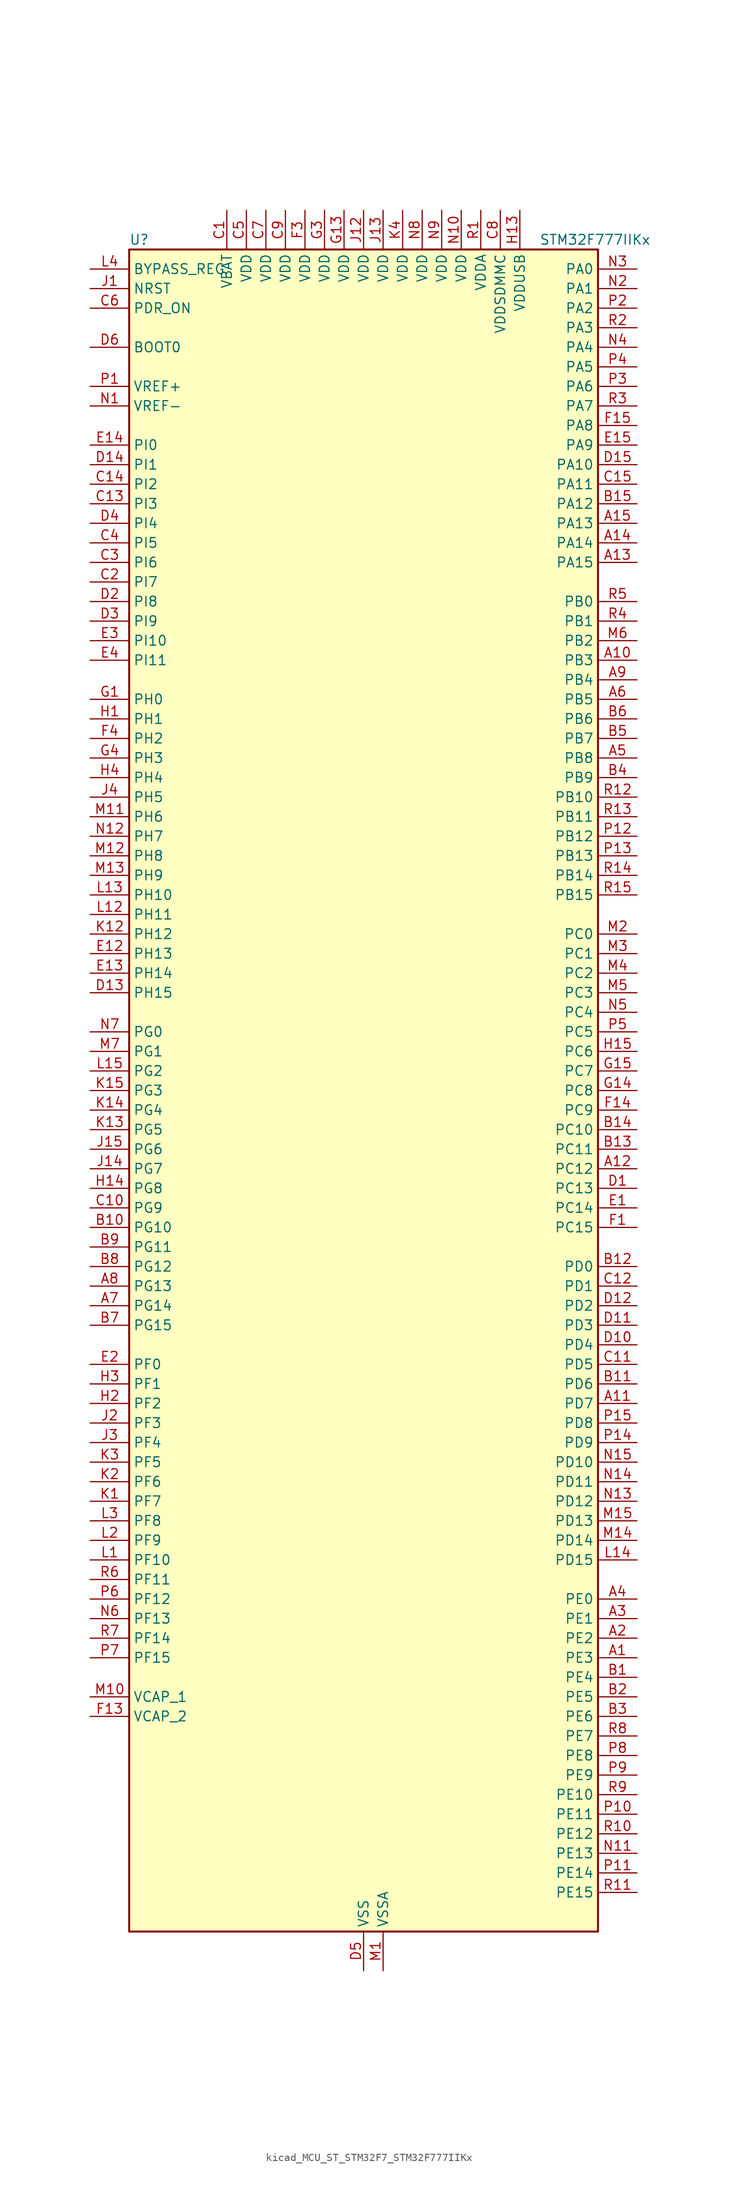
<source format=kicad_sym>
(kicad_symbol_lib
  (version 20220914)
  (generator kicad_symbol_editor)
  (symbol "kicad_MCU_ST_STM32F7_STM32F777IIKx"
    (property "Reference" "U"
      (at -30.48 110.49 0)
      (effects (font (size 1.27 1.27)) (justify left)))
    (property "Value" "STM32F777IIKx"
      (at 22.86 110.49 0)
      (effects (font (size 1.27 1.27)) (justify left)))
    (property "ki_locked" ""
      (at 0 0 0)
      (effects (font (size 1.27 1.27))))
    (symbol "kicad_MCU_ST_STM32F7_STM32F777IIKx_0_1"
      (rectangle (start -30.48 -109.22) (end 30.48 109.22) (stroke (width 0.254) (type default)) (fill (type background))))
    (symbol "kicad_MCU_ST_STM32F7_STM32F777IIKx_1_1"
      (pin bidirectional line (at 35.56 -73.66 180) (length 5.08) (name "PE3" (effects (font (size 1.27 1.27)))) (number "A1" (effects (font (size 1.27 1.27)))) (alternate "FMC_A19" bidirectional line) (alternate "SAI1_SD_B" bidirectional line) (alternate "SYS_TRACED0" bidirectional line))
      (pin bidirectional line (at 35.56 55.88 180) (length 5.08) (name "PB3" (effects (font (size 1.27 1.27)))) (number "A10" (effects (font (size 1.27 1.27)))) (alternate "CAN3_RX" bidirectional line) (alternate "I2S1_CK" bidirectional line) (alternate "I2S3_CK" bidirectional line) (alternate "SDMMC2_D2" bidirectional line) (alternate "SPI1_SCK" bidirectional line) (alternate "SPI3_SCK" bidirectional line) (alternate "SPI6_SCK" bidirectional line) (alternate "SYS_JTDO-SWO" bidirectional line) (alternate "TIM2_CH2" bidirectional line) (alternate "UART7_RX" bidirectional line))
      (pin bidirectional line (at 35.56 -40.64 180) (length 5.08) (name "PD7" (effects (font (size 1.27 1.27)))) (number "A11" (effects (font (size 1.27 1.27)))) (alternate "DFSDM1_CKIN1" bidirectional line) (alternate "DFSDM1_DATIN4" bidirectional line) (alternate "FMC_NE1" bidirectional line) (alternate "I2S1_SD" bidirectional line) (alternate "SDMMC2_CMD" bidirectional line) (alternate "SPDIFRX_IN0" bidirectional line) (alternate "SPI1_MOSI" bidirectional line) (alternate "USART2_CK" bidirectional line))
      (pin bidirectional line (at 35.56 -10.16 180) (length 5.08) (name "PC12" (effects (font (size 1.27 1.27)))) (number "A12" (effects (font (size 1.27 1.27)))) (alternate "DCMI_D9" bidirectional line) (alternate "I2S3_SD" bidirectional line) (alternate "SDMMC1_CK" bidirectional line) (alternate "SPI3_MOSI" bidirectional line) (alternate "SYS_TRACED3" bidirectional line) (alternate "UART5_TX" bidirectional line) (alternate "USART3_CK" bidirectional line))
      (pin bidirectional line (at 35.56 68.58 180) (length 5.08) (name "PA15" (effects (font (size 1.27 1.27)))) (number "A13" (effects (font (size 1.27 1.27)))) (alternate "CAN3_TX" bidirectional line) (alternate "CEC" bidirectional line) (alternate "I2S1_WS" bidirectional line) (alternate "I2S3_WS" bidirectional line) (alternate "SPI1_NSS" bidirectional line) (alternate "SPI3_NSS" bidirectional line) (alternate "SPI6_NSS" bidirectional line) (alternate "SYS_JTDI" bidirectional line) (alternate "TIM2_CH1" bidirectional line) (alternate "TIM2_ETR" bidirectional line) (alternate "UART4_DE" bidirectional line) (alternate "UART4_RTS" bidirectional line) (alternate "UART7_TX" bidirectional line))
      (pin bidirectional line (at 35.56 71.12 180) (length 5.08) (name "PA14" (effects (font (size 1.27 1.27)))) (number "A14" (effects (font (size 1.27 1.27)))) (alternate "SYS_JTCK-SWCLK" bidirectional line))
      (pin bidirectional line (at 35.56 73.66 180) (length 5.08) (name "PA13" (effects (font (size 1.27 1.27)))) (number "A15" (effects (font (size 1.27 1.27)))) (alternate "SYS_JTMS-SWDIO" bidirectional line))
      (pin bidirectional line (at 35.56 -71.12 180) (length 5.08) (name "PE2" (effects (font (size 1.27 1.27)))) (number "A2" (effects (font (size 1.27 1.27)))) (alternate "ETH_TXD3" bidirectional line) (alternate "FMC_A23" bidirectional line) (alternate "QUADSPI_BK1_IO2" bidirectional line) (alternate "SAI1_MCLK_A" bidirectional line) (alternate "SPI4_SCK" bidirectional line) (alternate "SYS_TRACECLK" bidirectional line))
      (pin bidirectional line (at 35.56 -68.58 180) (length 5.08) (name "PE1" (effects (font (size 1.27 1.27)))) (number "A3" (effects (font (size 1.27 1.27)))) (alternate "DCMI_D3" bidirectional line) (alternate "FMC_NBL1" bidirectional line) (alternate "LPTIM1_IN2" bidirectional line) (alternate "UART8_TX" bidirectional line))
      (pin bidirectional line (at 35.56 -66.04 180) (length 5.08) (name "PE0" (effects (font (size 1.27 1.27)))) (number "A4" (effects (font (size 1.27 1.27)))) (alternate "DCMI_D2" bidirectional line) (alternate "FMC_NBL0" bidirectional line) (alternate "LPTIM1_ETR" bidirectional line) (alternate "SAI2_MCLK_A" bidirectional line) (alternate "TIM4_ETR" bidirectional line) (alternate "UART8_RX" bidirectional line))
      (pin bidirectional line (at 35.56 43.18 180) (length 5.08) (name "PB8" (effects (font (size 1.27 1.27)))) (number "A5" (effects (font (size 1.27 1.27)))) (alternate "CAN1_RX" bidirectional line) (alternate "DCMI_D6" bidirectional line) (alternate "DFSDM1_CKIN7" bidirectional line) (alternate "ETH_TXD3" bidirectional line) (alternate "I2C1_SCL" bidirectional line) (alternate "I2C4_SCL" bidirectional line) (alternate "LTDC_B6" bidirectional line) (alternate "SDMMC1_D4" bidirectional line) (alternate "SDMMC2_D4" bidirectional line) (alternate "TIM10_CH1" bidirectional line) (alternate "TIM4_CH3" bidirectional line) (alternate "UART5_RX" bidirectional line))
      (pin bidirectional line (at 35.56 50.8 180) (length 5.08) (name "PB5" (effects (font (size 1.27 1.27)))) (number "A6" (effects (font (size 1.27 1.27)))) (alternate "CAN2_RX" bidirectional line) (alternate "DCMI_D10" bidirectional line) (alternate "ETH_PPS_OUT" bidirectional line) (alternate "FMC_SDCKE1" bidirectional line) (alternate "I2C1_SMBA" bidirectional line) (alternate "I2S1_SD" bidirectional line) (alternate "I2S3_SD" bidirectional line) (alternate "LTDC_G7" bidirectional line) (alternate "SPI1_MOSI" bidirectional line) (alternate "SPI3_MOSI" bidirectional line) (alternate "SPI6_MOSI" bidirectional line) (alternate "TIM3_CH2" bidirectional line) (alternate "UART5_RX" bidirectional line) (alternate "USB_OTG_HS_ULPI_D7" bidirectional line))
      (pin bidirectional line (at -35.56 -27.94 0) (length 5.08) (name "PG14" (effects (font (size 1.27 1.27)))) (number "A7" (effects (font (size 1.27 1.27)))) (alternate "ETH_TXD1" bidirectional line) (alternate "FMC_A25" bidirectional line) (alternate "LPTIM1_ETR" bidirectional line) (alternate "LTDC_B0" bidirectional line) (alternate "QUADSPI_BK2_IO3" bidirectional line) (alternate "SPI6_MOSI" bidirectional line) (alternate "SYS_TRACED1" bidirectional line) (alternate "USART6_TX" bidirectional line))
      (pin bidirectional line (at -35.56 -25.4 0) (length 5.08) (name "PG13" (effects (font (size 1.27 1.27)))) (number "A8" (effects (font (size 1.27 1.27)))) (alternate "ETH_TXD0" bidirectional line) (alternate "FMC_A24" bidirectional line) (alternate "LPTIM1_OUT" bidirectional line) (alternate "LTDC_R0" bidirectional line) (alternate "SPI6_SCK" bidirectional line) (alternate "SYS_TRACED0" bidirectional line) (alternate "USART6_CTS" bidirectional line))
      (pin bidirectional line (at 35.56 53.34 180) (length 5.08) (name "PB4" (effects (font (size 1.27 1.27)))) (number "A9" (effects (font (size 1.27 1.27)))) (alternate "CAN3_TX" bidirectional line) (alternate "I2S2_WS" bidirectional line) (alternate "SDMMC2_D3" bidirectional line) (alternate "SPI1_MISO" bidirectional line) (alternate "SPI2_NSS" bidirectional line) (alternate "SPI3_MISO" bidirectional line) (alternate "SPI6_MISO" bidirectional line) (alternate "SYS_JTRST" bidirectional line) (alternate "TIM3_CH1" bidirectional line) (alternate "UART7_TX" bidirectional line))
      (pin bidirectional line (at 35.56 -76.2 180) (length 5.08) (name "PE4" (effects (font (size 1.27 1.27)))) (number "B1" (effects (font (size 1.27 1.27)))) (alternate "DCMI_D4" bidirectional line) (alternate "DFSDM1_DATIN3" bidirectional line) (alternate "FMC_A20" bidirectional line) (alternate "LTDC_B0" bidirectional line) (alternate "SAI1_FS_A" bidirectional line) (alternate "SPI4_NSS" bidirectional line) (alternate "SYS_TRACED1" bidirectional line))
      (pin bidirectional line (at -35.56 -17.78 0) (length 5.08) (name "PG10" (effects (font (size 1.27 1.27)))) (number "B10" (effects (font (size 1.27 1.27)))) (alternate "DCMI_D2" bidirectional line) (alternate "FMC_NE3" bidirectional line) (alternate "I2S1_WS" bidirectional line) (alternate "LTDC_B2" bidirectional line) (alternate "LTDC_G3" bidirectional line) (alternate "SAI2_SD_B" bidirectional line) (alternate "SDMMC2_D1" bidirectional line) (alternate "SPI1_NSS" bidirectional line))
      (pin bidirectional line (at 35.56 -38.1 180) (length 5.08) (name "PD6" (effects (font (size 1.27 1.27)))) (number "B11" (effects (font (size 1.27 1.27)))) (alternate "DCMI_D10" bidirectional line) (alternate "DFSDM1_CKIN4" bidirectional line) (alternate "DFSDM1_DATIN1" bidirectional line) (alternate "FMC_NWAIT" bidirectional line) (alternate "I2S3_SD" bidirectional line) (alternate "LTDC_B2" bidirectional line) (alternate "SAI1_SD_A" bidirectional line) (alternate "SDMMC2_CK" bidirectional line) (alternate "SPI3_MOSI" bidirectional line) (alternate "USART2_RX" bidirectional line))
      (pin bidirectional line (at 35.56 -22.86 180) (length 5.08) (name "PD0" (effects (font (size 1.27 1.27)))) (number "B12" (effects (font (size 1.27 1.27)))) (alternate "CAN1_RX" bidirectional line) (alternate "DFSDM1_CKIN6" bidirectional line) (alternate "DFSDM1_DATIN7" bidirectional line) (alternate "FMC_D2" bidirectional line) (alternate "FMC_DA2" bidirectional line) (alternate "UART4_RX" bidirectional line))
      (pin bidirectional line (at 35.56 -7.62 180) (length 5.08) (name "PC11" (effects (font (size 1.27 1.27)))) (number "B13" (effects (font (size 1.27 1.27)))) (alternate "ADC1_EXTI11" bidirectional line) (alternate "ADC2_EXTI11" bidirectional line) (alternate "ADC3_EXTI11" bidirectional line) (alternate "DCMI_D4" bidirectional line) (alternate "DFSDM1_DATIN5" bidirectional line) (alternate "QUADSPI_BK2_NCS" bidirectional line) (alternate "SDMMC1_D3" bidirectional line) (alternate "SPI3_MISO" bidirectional line) (alternate "UART4_RX" bidirectional line) (alternate "USART3_RX" bidirectional line))
      (pin bidirectional line (at 35.56 -5.08 180) (length 5.08) (name "PC10" (effects (font (size 1.27 1.27)))) (number "B14" (effects (font (size 1.27 1.27)))) (alternate "DCMI_D8" bidirectional line) (alternate "DFSDM1_CKIN5" bidirectional line) (alternate "I2S3_CK" bidirectional line) (alternate "LTDC_R2" bidirectional line) (alternate "QUADSPI_BK1_IO1" bidirectional line) (alternate "SDMMC1_D2" bidirectional line) (alternate "SPI3_SCK" bidirectional line) (alternate "UART4_TX" bidirectional line) (alternate "USART3_TX" bidirectional line))
      (pin bidirectional line (at 35.56 76.2 180) (length 5.08) (name "PA12" (effects (font (size 1.27 1.27)))) (number "B15" (effects (font (size 1.27 1.27)))) (alternate "CAN1_TX" bidirectional line) (alternate "I2S2_CK" bidirectional line) (alternate "LTDC_R5" bidirectional line) (alternate "SAI2_FS_B" bidirectional line) (alternate "SPI2_SCK" bidirectional line) (alternate "TIM1_ETR" bidirectional line) (alternate "UART4_TX" bidirectional line) (alternate "USART1_DE" bidirectional line) (alternate "USART1_RTS" bidirectional line) (alternate "USB_OTG_FS_DP" bidirectional line))
      (pin bidirectional line (at 35.56 -78.74 180) (length 5.08) (name "PE5" (effects (font (size 1.27 1.27)))) (number "B2" (effects (font (size 1.27 1.27)))) (alternate "DCMI_D6" bidirectional line) (alternate "DFSDM1_CKIN3" bidirectional line) (alternate "FMC_A21" bidirectional line) (alternate "LTDC_G0" bidirectional line) (alternate "SAI1_SCK_A" bidirectional line) (alternate "SPI4_MISO" bidirectional line) (alternate "SYS_TRACED2" bidirectional line) (alternate "TIM9_CH1" bidirectional line))
      (pin bidirectional line (at 35.56 -81.28 180) (length 5.08) (name "PE6" (effects (font (size 1.27 1.27)))) (number "B3" (effects (font (size 1.27 1.27)))) (alternate "DCMI_D7" bidirectional line) (alternate "FMC_A22" bidirectional line) (alternate "LTDC_G1" bidirectional line) (alternate "SAI1_SD_A" bidirectional line) (alternate "SAI2_MCLK_B" bidirectional line) (alternate "SPI4_MOSI" bidirectional line) (alternate "SYS_TRACED3" bidirectional line) (alternate "TIM1_BKIN2" bidirectional line) (alternate "TIM9_CH2" bidirectional line))
      (pin bidirectional line (at 35.56 40.64 180) (length 5.08) (name "PB9" (effects (font (size 1.27 1.27)))) (number "B4" (effects (font (size 1.27 1.27)))) (alternate "CAN1_TX" bidirectional line) (alternate "DAC_EXTI9" bidirectional line) (alternate "DCMI_D7" bidirectional line) (alternate "DFSDM1_DATIN7" bidirectional line) (alternate "I2C1_SDA" bidirectional line) (alternate "I2C4_SDA" bidirectional line) (alternate "I2C4_SMBA" bidirectional line) (alternate "I2S2_WS" bidirectional line) (alternate "LTDC_B7" bidirectional line) (alternate "SDMMC1_D5" bidirectional line) (alternate "SDMMC2_D5" bidirectional line) (alternate "SPI2_NSS" bidirectional line) (alternate "TIM11_CH1" bidirectional line) (alternate "TIM4_CH4" bidirectional line) (alternate "UART5_TX" bidirectional line))
      (pin bidirectional line (at 35.56 45.72 180) (length 5.08) (name "PB7" (effects (font (size 1.27 1.27)))) (number "B5" (effects (font (size 1.27 1.27)))) (alternate "DCMI_VSYNC" bidirectional line) (alternate "DFSDM1_CKIN5" bidirectional line) (alternate "FMC_NL" bidirectional line) (alternate "I2C1_SDA" bidirectional line) (alternate "I2C4_SDA" bidirectional line) (alternate "TIM4_CH2" bidirectional line) (alternate "USART1_RX" bidirectional line))
      (pin bidirectional line (at 35.56 48.26 180) (length 5.08) (name "PB6" (effects (font (size 1.27 1.27)))) (number "B6" (effects (font (size 1.27 1.27)))) (alternate "CAN2_TX" bidirectional line) (alternate "CEC" bidirectional line) (alternate "DCMI_D5" bidirectional line) (alternate "DFSDM1_DATIN5" bidirectional line) (alternate "FMC_SDNE1" bidirectional line) (alternate "I2C1_SCL" bidirectional line) (alternate "I2C4_SCL" bidirectional line) (alternate "QUADSPI_BK1_NCS" bidirectional line) (alternate "TIM4_CH1" bidirectional line) (alternate "UART5_TX" bidirectional line) (alternate "USART1_TX" bidirectional line))
      (pin bidirectional line (at -35.56 -30.48 0) (length 5.08) (name "PG15" (effects (font (size 1.27 1.27)))) (number "B7" (effects (font (size 1.27 1.27)))) (alternate "DCMI_D13" bidirectional line) (alternate "FMC_SDNCAS" bidirectional line) (alternate "USART6_CTS" bidirectional line))
      (pin bidirectional line (at -35.56 -22.86 0) (length 5.08) (name "PG12" (effects (font (size 1.27 1.27)))) (number "B8" (effects (font (size 1.27 1.27)))) (alternate "FMC_NE4" bidirectional line) (alternate "LPTIM1_IN1" bidirectional line) (alternate "LTDC_B1" bidirectional line) (alternate "LTDC_B4" bidirectional line) (alternate "SDMMC2_D3" bidirectional line) (alternate "SPDIFRX_IN1" bidirectional line) (alternate "SPI6_MISO" bidirectional line) (alternate "USART6_DE" bidirectional line) (alternate "USART6_RTS" bidirectional line))
      (pin bidirectional line (at -35.56 -20.32 0) (length 5.08) (name "PG11" (effects (font (size 1.27 1.27)))) (number "B9" (effects (font (size 1.27 1.27)))) (alternate "ADC1_EXTI11" bidirectional line) (alternate "ADC2_EXTI11" bidirectional line) (alternate "ADC3_EXTI11" bidirectional line) (alternate "DCMI_D3" bidirectional line) (alternate "ETH_TX_EN" bidirectional line) (alternate "I2S1_CK" bidirectional line) (alternate "LTDC_B3" bidirectional line) (alternate "SDMMC2_D2" bidirectional line) (alternate "SPDIFRX_IN0" bidirectional line) (alternate "SPI1_SCK" bidirectional line))
      (pin power_in line (at -17.78 114.3 270) (length 5.08) (name "VBAT" (effects (font (size 1.27 1.27)))) (number "C1" (effects (font (size 1.27 1.27)))))
      (pin bidirectional line (at -35.56 -15.24 0) (length 5.08) (name "PG9" (effects (font (size 1.27 1.27)))) (number "C10" (effects (font (size 1.27 1.27)))) (alternate "DAC_EXTI9" bidirectional line) (alternate "DCMI_VSYNC" bidirectional line) (alternate "FMC_NCE" bidirectional line) (alternate "FMC_NE2" bidirectional line) (alternate "QUADSPI_BK2_IO2" bidirectional line) (alternate "SAI2_FS_B" bidirectional line) (alternate "SDMMC2_D0" bidirectional line) (alternate "SPDIFRX_IN3" bidirectional line) (alternate "SPI1_MISO" bidirectional line) (alternate "USART6_RX" bidirectional line))
      (pin bidirectional line (at 35.56 -35.56 180) (length 5.08) (name "PD5" (effects (font (size 1.27 1.27)))) (number "C11" (effects (font (size 1.27 1.27)))) (alternate "FMC_NWE" bidirectional line) (alternate "USART2_TX" bidirectional line))
      (pin bidirectional line (at 35.56 -25.4 180) (length 5.08) (name "PD1" (effects (font (size 1.27 1.27)))) (number "C12" (effects (font (size 1.27 1.27)))) (alternate "CAN1_TX" bidirectional line) (alternate "DFSDM1_CKIN7" bidirectional line) (alternate "DFSDM1_DATIN6" bidirectional line) (alternate "FMC_D3" bidirectional line) (alternate "FMC_DA3" bidirectional line) (alternate "UART4_TX" bidirectional line))
      (pin bidirectional line (at -35.56 76.2 0) (length 5.08) (name "PI3" (effects (font (size 1.27 1.27)))) (number "C13" (effects (font (size 1.27 1.27)))) (alternate "DCMI_D10" bidirectional line) (alternate "FMC_D27" bidirectional line) (alternate "I2S2_SD" bidirectional line) (alternate "SPI2_MOSI" bidirectional line) (alternate "TIM8_ETR" bidirectional line))
      (pin bidirectional line (at -35.56 78.74 0) (length 5.08) (name "PI2" (effects (font (size 1.27 1.27)))) (number "C14" (effects (font (size 1.27 1.27)))) (alternate "DCMI_D9" bidirectional line) (alternate "FMC_D26" bidirectional line) (alternate "LTDC_G7" bidirectional line) (alternate "SPI2_MISO" bidirectional line) (alternate "TIM8_CH4" bidirectional line))
      (pin bidirectional line (at 35.56 78.74 180) (length 5.08) (name "PA11" (effects (font (size 1.27 1.27)))) (number "C15" (effects (font (size 1.27 1.27)))) (alternate "ADC1_EXTI11" bidirectional line) (alternate "ADC2_EXTI11" bidirectional line) (alternate "ADC3_EXTI11" bidirectional line) (alternate "CAN1_RX" bidirectional line) (alternate "I2S2_WS" bidirectional line) (alternate "LTDC_R4" bidirectional line) (alternate "SPI2_NSS" bidirectional line) (alternate "TIM1_CH4" bidirectional line) (alternate "UART4_RX" bidirectional line) (alternate "USART1_CTS" bidirectional line) (alternate "USB_OTG_FS_DM" bidirectional line))
      (pin bidirectional line (at -35.56 66.04 0) (length 5.08) (name "PI7" (effects (font (size 1.27 1.27)))) (number "C2" (effects (font (size 1.27 1.27)))) (alternate "DCMI_D7" bidirectional line) (alternate "FMC_D29" bidirectional line) (alternate "LTDC_B7" bidirectional line) (alternate "SAI2_FS_A" bidirectional line) (alternate "TIM8_CH3" bidirectional line))
      (pin bidirectional line (at -35.56 68.58 0) (length 5.08) (name "PI6" (effects (font (size 1.27 1.27)))) (number "C3" (effects (font (size 1.27 1.27)))) (alternate "DCMI_D6" bidirectional line) (alternate "FMC_D28" bidirectional line) (alternate "LTDC_B6" bidirectional line) (alternate "SAI2_SD_A" bidirectional line) (alternate "TIM8_CH2" bidirectional line))
      (pin bidirectional line (at -35.56 71.12 0) (length 5.08) (name "PI5" (effects (font (size 1.27 1.27)))) (number "C4" (effects (font (size 1.27 1.27)))) (alternate "DCMI_VSYNC" bidirectional line) (alternate "FMC_NBL3" bidirectional line) (alternate "LTDC_B5" bidirectional line) (alternate "SAI2_SCK_A" bidirectional line) (alternate "TIM8_CH1" bidirectional line))
      (pin power_in line (at -15.24 114.3 270) (length 5.08) (name "VDD" (effects (font (size 1.27 1.27)))) (number "C5" (effects (font (size 1.27 1.27)))))
      (pin input line (at -35.56 101.6 0) (length 5.08) (name "PDR_ON" (effects (font (size 1.27 1.27)))) (number "C6" (effects (font (size 1.27 1.27)))))
      (pin power_in line (at -12.7 114.3 270) (length 5.08) (name "VDD" (effects (font (size 1.27 1.27)))) (number "C7" (effects (font (size 1.27 1.27)))))
      (pin power_in line (at 17.78 114.3 270) (length 5.08) (name "VDDSDMMC" (effects (font (size 1.27 1.27)))) (number "C8" (effects (font (size 1.27 1.27)))))
      (pin power_in line (at -10.16 114.3 270) (length 5.08) (name "VDD" (effects (font (size 1.27 1.27)))) (number "C9" (effects (font (size 1.27 1.27)))))
      (pin bidirectional line (at 35.56 -12.7 180) (length 5.08) (name "PC13" (effects (font (size 1.27 1.27)))) (number "D1" (effects (font (size 1.27 1.27)))) (alternate "RTC_OUT" bidirectional line) (alternate "RTC_TAMP1" bidirectional line) (alternate "RTC_TS" bidirectional line) (alternate "SYS_WKUP4" bidirectional line))
      (pin bidirectional line (at 35.56 -33.02 180) (length 5.08) (name "PD4" (effects (font (size 1.27 1.27)))) (number "D10" (effects (font (size 1.27 1.27)))) (alternate "DFSDM1_CKIN0" bidirectional line) (alternate "FMC_NOE" bidirectional line) (alternate "USART2_DE" bidirectional line) (alternate "USART2_RTS" bidirectional line))
      (pin bidirectional line (at 35.56 -30.48 180) (length 5.08) (name "PD3" (effects (font (size 1.27 1.27)))) (number "D11" (effects (font (size 1.27 1.27)))) (alternate "DCMI_D5" bidirectional line) (alternate "DFSDM1_CKOUT" bidirectional line) (alternate "DFSDM1_DATIN0" bidirectional line) (alternate "FMC_CLK" bidirectional line) (alternate "I2S2_CK" bidirectional line) (alternate "LTDC_G7" bidirectional line) (alternate "SPI2_SCK" bidirectional line) (alternate "USART2_CTS" bidirectional line))
      (pin bidirectional line (at 35.56 -27.94 180) (length 5.08) (name "PD2" (effects (font (size 1.27 1.27)))) (number "D12" (effects (font (size 1.27 1.27)))) (alternate "DCMI_D11" bidirectional line) (alternate "SDMMC1_CMD" bidirectional line) (alternate "SYS_TRACED2" bidirectional line) (alternate "TIM3_ETR" bidirectional line) (alternate "UART5_RX" bidirectional line))
      (pin bidirectional line (at -35.56 12.7 0) (length 5.08) (name "PH15" (effects (font (size 1.27 1.27)))) (number "D13" (effects (font (size 1.27 1.27)))) (alternate "DCMI_D11" bidirectional line) (alternate "FMC_D23" bidirectional line) (alternate "LTDC_G4" bidirectional line) (alternate "TIM8_CH3N" bidirectional line))
      (pin bidirectional line (at -35.56 81.28 0) (length 5.08) (name "PI1" (effects (font (size 1.27 1.27)))) (number "D14" (effects (font (size 1.27 1.27)))) (alternate "DCMI_D8" bidirectional line) (alternate "FMC_D25" bidirectional line) (alternate "I2S2_CK" bidirectional line) (alternate "LTDC_G6" bidirectional line) (alternate "SPI2_SCK" bidirectional line) (alternate "TIM8_BKIN2" bidirectional line))
      (pin bidirectional line (at 35.56 81.28 180) (length 5.08) (name "PA10" (effects (font (size 1.27 1.27)))) (number "D15" (effects (font (size 1.27 1.27)))) (alternate "DCMI_D1" bidirectional line) (alternate "LTDC_B1" bidirectional line) (alternate "LTDC_B4" bidirectional line) (alternate "MDIOS_MDIO" bidirectional line) (alternate "TIM1_CH3" bidirectional line) (alternate "USART1_RX" bidirectional line) (alternate "USB_OTG_FS_ID" bidirectional line))
      (pin bidirectional line (at -35.56 63.5 0) (length 5.08) (name "PI8" (effects (font (size 1.27 1.27)))) (number "D2" (effects (font (size 1.27 1.27)))) (alternate "RTC_TAMP2" bidirectional line) (alternate "RTC_TS" bidirectional line) (alternate "SYS_WKUP5" bidirectional line))
      (pin bidirectional line (at -35.56 60.96 0) (length 5.08) (name "PI9" (effects (font (size 1.27 1.27)))) (number "D3" (effects (font (size 1.27 1.27)))) (alternate "CAN1_RX" bidirectional line) (alternate "DAC_EXTI9" bidirectional line) (alternate "FMC_D30" bidirectional line) (alternate "LTDC_VSYNC" bidirectional line) (alternate "UART4_RX" bidirectional line))
      (pin bidirectional line (at -35.56 73.66 0) (length 5.08) (name "PI4" (effects (font (size 1.27 1.27)))) (number "D4" (effects (font (size 1.27 1.27)))) (alternate "DCMI_D5" bidirectional line) (alternate "FMC_NBL2" bidirectional line) (alternate "LTDC_B4" bidirectional line) (alternate "SAI2_MCLK_A" bidirectional line) (alternate "TIM8_BKIN" bidirectional line))
      (pin power_in line (at 0 -114.3 90) (length 5.08) (name "VSS" (effects (font (size 1.27 1.27)))) (number "D5" (effects (font (size 1.27 1.27)))))
      (pin input line (at -35.56 96.52 0) (length 5.08) (name "BOOT0" (effects (font (size 1.27 1.27)))) (number "D6" (effects (font (size 1.27 1.27)))))
      (pin passive line (at 0 -114.3 90) (length 5.08) hide (name "VSS" (effects (font (size 1.27 1.27)))) (number "D7" (effects (font (size 1.27 1.27)))))
      (pin passive line (at 0 -114.3 90) (length 5.08) hide (name "VSS" (effects (font (size 1.27 1.27)))) (number "D8" (effects (font (size 1.27 1.27)))))
      (pin passive line (at 0 -114.3 90) (length 5.08) hide (name "VSS" (effects (font (size 1.27 1.27)))) (number "D9" (effects (font (size 1.27 1.27)))))
      (pin bidirectional line (at 35.56 -15.24 180) (length 5.08) (name "PC14" (effects (font (size 1.27 1.27)))) (number "E1" (effects (font (size 1.27 1.27)))) (alternate "RCC_OSC32_IN" bidirectional line))
      (pin bidirectional line (at -35.56 17.78 0) (length 5.08) (name "PH13" (effects (font (size 1.27 1.27)))) (number "E12" (effects (font (size 1.27 1.27)))) (alternate "CAN1_TX" bidirectional line) (alternate "FMC_D21" bidirectional line) (alternate "LTDC_G2" bidirectional line) (alternate "TIM8_CH1N" bidirectional line) (alternate "UART4_TX" bidirectional line))
      (pin bidirectional line (at -35.56 15.24 0) (length 5.08) (name "PH14" (effects (font (size 1.27 1.27)))) (number "E13" (effects (font (size 1.27 1.27)))) (alternate "CAN1_RX" bidirectional line) (alternate "DCMI_D4" bidirectional line) (alternate "FMC_D22" bidirectional line) (alternate "LTDC_G3" bidirectional line) (alternate "TIM8_CH2N" bidirectional line) (alternate "UART4_RX" bidirectional line))
      (pin bidirectional line (at -35.56 83.82 0) (length 5.08) (name "PI0" (effects (font (size 1.27 1.27)))) (number "E14" (effects (font (size 1.27 1.27)))) (alternate "DCMI_D13" bidirectional line) (alternate "FMC_D24" bidirectional line) (alternate "I2S2_WS" bidirectional line) (alternate "LTDC_G5" bidirectional line) (alternate "SPI2_NSS" bidirectional line) (alternate "TIM5_CH4" bidirectional line))
      (pin bidirectional line (at 35.56 83.82 180) (length 5.08) (name "PA9" (effects (font (size 1.27 1.27)))) (number "E15" (effects (font (size 1.27 1.27)))) (alternate "DAC_EXTI9" bidirectional line) (alternate "DCMI_D0" bidirectional line) (alternate "I2C3_SMBA" bidirectional line) (alternate "I2S2_CK" bidirectional line) (alternate "LTDC_R5" bidirectional line) (alternate "SPI2_SCK" bidirectional line) (alternate "TIM1_CH2" bidirectional line) (alternate "USART1_TX" bidirectional line) (alternate "USB_OTG_FS_VBUS" bidirectional line))
      (pin bidirectional line (at -35.56 -35.56 0) (length 5.08) (name "PF0" (effects (font (size 1.27 1.27)))) (number "E2" (effects (font (size 1.27 1.27)))) (alternate "FMC_A0" bidirectional line) (alternate "I2C2_SDA" bidirectional line))
      (pin bidirectional line (at -35.56 58.42 0) (length 5.08) (name "PI10" (effects (font (size 1.27 1.27)))) (number "E3" (effects (font (size 1.27 1.27)))) (alternate "ETH_RX_ER" bidirectional line) (alternate "FMC_D31" bidirectional line) (alternate "LTDC_HSYNC" bidirectional line))
      (pin bidirectional line (at -35.56 55.88 0) (length 5.08) (name "PI11" (effects (font (size 1.27 1.27)))) (number "E4" (effects (font (size 1.27 1.27)))) (alternate "ADC1_EXTI11" bidirectional line) (alternate "ADC2_EXTI11" bidirectional line) (alternate "ADC3_EXTI11" bidirectional line) (alternate "LTDC_G6" bidirectional line) (alternate "SYS_WKUP6" bidirectional line) (alternate "USB_OTG_HS_ULPI_DIR" bidirectional line))
      (pin bidirectional line (at 35.56 -17.78 180) (length 5.08) (name "PC15" (effects (font (size 1.27 1.27)))) (number "F1" (effects (font (size 1.27 1.27)))) (alternate "RCC_OSC32_OUT" bidirectional line))
      (pin passive line (at 0 -114.3 90) (length 5.08) hide (name "VSS" (effects (font (size 1.27 1.27)))) (number "F10" (effects (font (size 1.27 1.27)))))
      (pin passive line (at 0 -114.3 90) (length 5.08) hide (name "VSS" (effects (font (size 1.27 1.27)))) (number "F12" (effects (font (size 1.27 1.27)))))
      (pin power_out line (at -35.56 -81.28 0) (length 5.08) (name "VCAP_2" (effects (font (size 1.27 1.27)))) (number "F13" (effects (font (size 1.27 1.27)))))
      (pin bidirectional line (at 35.56 -2.54 180) (length 5.08) (name "PC9" (effects (font (size 1.27 1.27)))) (number "F14" (effects (font (size 1.27 1.27)))) (alternate "DAC_EXTI9" bidirectional line) (alternate "DCMI_D3" bidirectional line) (alternate "I2C3_SDA" bidirectional line) (alternate "I2S_CKIN" bidirectional line) (alternate "LTDC_B2" bidirectional line) (alternate "LTDC_G3" bidirectional line) (alternate "QUADSPI_BK1_IO0" bidirectional line) (alternate "RCC_MCO_2" bidirectional line) (alternate "SDMMC1_D1" bidirectional line) (alternate "TIM3_CH4" bidirectional line) (alternate "TIM8_CH4" bidirectional line) (alternate "UART5_CTS" bidirectional line))
      (pin bidirectional line (at 35.56 86.36 180) (length 5.08) (name "PA8" (effects (font (size 1.27 1.27)))) (number "F15" (effects (font (size 1.27 1.27)))) (alternate "CAN3_RX" bidirectional line) (alternate "I2C3_SCL" bidirectional line) (alternate "LTDC_B3" bidirectional line) (alternate "LTDC_R6" bidirectional line) (alternate "RCC_MCO_1" bidirectional line) (alternate "TIM1_CH1" bidirectional line) (alternate "TIM8_BKIN2" bidirectional line) (alternate "UART7_RX" bidirectional line) (alternate "USART1_CK" bidirectional line) (alternate "USB_OTG_FS_SOF" bidirectional line))
      (pin passive line (at 0 -114.3 90) (length 5.08) hide (name "VSS" (effects (font (size 1.27 1.27)))) (number "F2" (effects (font (size 1.27 1.27)))))
      (pin power_in line (at -7.62 114.3 270) (length 5.08) (name "VDD" (effects (font (size 1.27 1.27)))) (number "F3" (effects (font (size 1.27 1.27)))))
      (pin bidirectional line (at -35.56 45.72 0) (length 5.08) (name "PH2" (effects (font (size 1.27 1.27)))) (number "F4" (effects (font (size 1.27 1.27)))) (alternate "ETH_CRS" bidirectional line) (alternate "FMC_SDCKE0" bidirectional line) (alternate "LPTIM1_IN2" bidirectional line) (alternate "LTDC_R0" bidirectional line) (alternate "QUADSPI_BK2_IO0" bidirectional line) (alternate "SAI2_SCK_B" bidirectional line))
      (pin passive line (at 0 -114.3 90) (length 5.08) hide (name "VSS" (effects (font (size 1.27 1.27)))) (number "F6" (effects (font (size 1.27 1.27)))))
      (pin passive line (at 0 -114.3 90) (length 5.08) hide (name "VSS" (effects (font (size 1.27 1.27)))) (number "F7" (effects (font (size 1.27 1.27)))))
      (pin passive line (at 0 -114.3 90) (length 5.08) hide (name "VSS" (effects (font (size 1.27 1.27)))) (number "F8" (effects (font (size 1.27 1.27)))))
      (pin passive line (at 0 -114.3 90) (length 5.08) hide (name "VSS" (effects (font (size 1.27 1.27)))) (number "F9" (effects (font (size 1.27 1.27)))))
      (pin bidirectional line (at -35.56 50.8 0) (length 5.08) (name "PH0" (effects (font (size 1.27 1.27)))) (number "G1" (effects (font (size 1.27 1.27)))) (alternate "RCC_OSC_IN" bidirectional line))
      (pin passive line (at 0 -114.3 90) (length 5.08) hide (name "VSS" (effects (font (size 1.27 1.27)))) (number "G10" (effects (font (size 1.27 1.27)))))
      (pin passive line (at 0 -114.3 90) (length 5.08) hide (name "VSS" (effects (font (size 1.27 1.27)))) (number "G12" (effects (font (size 1.27 1.27)))))
      (pin power_in line (at -2.54 114.3 270) (length 5.08) (name "VDD" (effects (font (size 1.27 1.27)))) (number "G13" (effects (font (size 1.27 1.27)))))
      (pin bidirectional line (at 35.56 0 180) (length 5.08) (name "PC8" (effects (font (size 1.27 1.27)))) (number "G14" (effects (font (size 1.27 1.27)))) (alternate "DCMI_D2" bidirectional line) (alternate "FMC_NCE" bidirectional line) (alternate "FMC_NE2" bidirectional line) (alternate "SDMMC1_D0" bidirectional line) (alternate "SYS_TRACED1" bidirectional line) (alternate "TIM3_CH3" bidirectional line) (alternate "TIM8_CH3" bidirectional line) (alternate "UART5_DE" bidirectional line) (alternate "UART5_RTS" bidirectional line) (alternate "USART6_CK" bidirectional line))
      (pin bidirectional line (at 35.56 2.54 180) (length 5.08) (name "PC7" (effects (font (size 1.27 1.27)))) (number "G15" (effects (font (size 1.27 1.27)))) (alternate "DCMI_D1" bidirectional line) (alternate "DFSDM1_DATIN3" bidirectional line) (alternate "FMC_NE1" bidirectional line) (alternate "I2S3_MCK" bidirectional line) (alternate "LTDC_G6" bidirectional line) (alternate "SDMMC1_D7" bidirectional line) (alternate "SDMMC2_D7" bidirectional line) (alternate "TIM3_CH2" bidirectional line) (alternate "TIM8_CH2" bidirectional line) (alternate "USART6_RX" bidirectional line))
      (pin passive line (at 0 -114.3 90) (length 5.08) hide (name "VSS" (effects (font (size 1.27 1.27)))) (number "G2" (effects (font (size 1.27 1.27)))))
      (pin power_in line (at -5.08 114.3 270) (length 5.08) (name "VDD" (effects (font (size 1.27 1.27)))) (number "G3" (effects (font (size 1.27 1.27)))))
      (pin bidirectional line (at -35.56 43.18 0) (length 5.08) (name "PH3" (effects (font (size 1.27 1.27)))) (number "G4" (effects (font (size 1.27 1.27)))) (alternate "ETH_COL" bidirectional line) (alternate "FMC_SDNE0" bidirectional line) (alternate "LTDC_R1" bidirectional line) (alternate "QUADSPI_BK2_IO1" bidirectional line) (alternate "SAI2_MCLK_B" bidirectional line))
      (pin passive line (at 0 -114.3 90) (length 5.08) hide (name "VSS" (effects (font (size 1.27 1.27)))) (number "G6" (effects (font (size 1.27 1.27)))))
      (pin passive line (at 0 -114.3 90) (length 5.08) hide (name "VSS" (effects (font (size 1.27 1.27)))) (number "G7" (effects (font (size 1.27 1.27)))))
      (pin passive line (at 0 -114.3 90) (length 5.08) hide (name "VSS" (effects (font (size 1.27 1.27)))) (number "G8" (effects (font (size 1.27 1.27)))))
      (pin passive line (at 0 -114.3 90) (length 5.08) hide (name "VSS" (effects (font (size 1.27 1.27)))) (number "G9" (effects (font (size 1.27 1.27)))))
      (pin bidirectional line (at -35.56 48.26 0) (length 5.08) (name "PH1" (effects (font (size 1.27 1.27)))) (number "H1" (effects (font (size 1.27 1.27)))) (alternate "RCC_OSC_OUT" bidirectional line))
      (pin passive line (at 0 -114.3 90) (length 5.08) hide (name "VSS" (effects (font (size 1.27 1.27)))) (number "H10" (effects (font (size 1.27 1.27)))))
      (pin passive line (at 0 -114.3 90) (length 5.08) hide (name "VSS" (effects (font (size 1.27 1.27)))) (number "H12" (effects (font (size 1.27 1.27)))))
      (pin power_in line (at 20.32 114.3 270) (length 5.08) (name "VDDUSB" (effects (font (size 1.27 1.27)))) (number "H13" (effects (font (size 1.27 1.27)))))
      (pin bidirectional line (at -35.56 -12.7 0) (length 5.08) (name "PG8" (effects (font (size 1.27 1.27)))) (number "H14" (effects (font (size 1.27 1.27)))) (alternate "ETH_PPS_OUT" bidirectional line) (alternate "FMC_SDCLK" bidirectional line) (alternate "LTDC_G7" bidirectional line) (alternate "SPDIFRX_IN2" bidirectional line) (alternate "SPI6_NSS" bidirectional line) (alternate "USART6_DE" bidirectional line) (alternate "USART6_RTS" bidirectional line))
      (pin bidirectional line (at 35.56 5.08 180) (length 5.08) (name "PC6" (effects (font (size 1.27 1.27)))) (number "H15" (effects (font (size 1.27 1.27)))) (alternate "DCMI_D0" bidirectional line) (alternate "DFSDM1_CKIN3" bidirectional line) (alternate "FMC_NWAIT" bidirectional line) (alternate "I2S2_MCK" bidirectional line) (alternate "LTDC_HSYNC" bidirectional line) (alternate "SDMMC1_D6" bidirectional line) (alternate "SDMMC2_D6" bidirectional line) (alternate "TIM3_CH1" bidirectional line) (alternate "TIM8_CH1" bidirectional line) (alternate "USART6_TX" bidirectional line))
      (pin bidirectional line (at -35.56 -40.64 0) (length 5.08) (name "PF2" (effects (font (size 1.27 1.27)))) (number "H2" (effects (font (size 1.27 1.27)))) (alternate "FMC_A2" bidirectional line) (alternate "I2C2_SMBA" bidirectional line))
      (pin bidirectional line (at -35.56 -38.1 0) (length 5.08) (name "PF1" (effects (font (size 1.27 1.27)))) (number "H3" (effects (font (size 1.27 1.27)))) (alternate "FMC_A1" bidirectional line) (alternate "I2C2_SCL" bidirectional line))
      (pin bidirectional line (at -35.56 40.64 0) (length 5.08) (name "PH4" (effects (font (size 1.27 1.27)))) (number "H4" (effects (font (size 1.27 1.27)))) (alternate "I2C2_SCL" bidirectional line) (alternate "LTDC_G4" bidirectional line) (alternate "LTDC_G5" bidirectional line) (alternate "USB_OTG_HS_ULPI_NXT" bidirectional line))
      (pin passive line (at 0 -114.3 90) (length 5.08) hide (name "VSS" (effects (font (size 1.27 1.27)))) (number "H6" (effects (font (size 1.27 1.27)))))
      (pin passive line (at 0 -114.3 90) (length 5.08) hide (name "VSS" (effects (font (size 1.27 1.27)))) (number "H7" (effects (font (size 1.27 1.27)))))
      (pin passive line (at 0 -114.3 90) (length 5.08) hide (name "VSS" (effects (font (size 1.27 1.27)))) (number "H8" (effects (font (size 1.27 1.27)))))
      (pin passive line (at 0 -114.3 90) (length 5.08) hide (name "VSS" (effects (font (size 1.27 1.27)))) (number "H9" (effects (font (size 1.27 1.27)))))
      (pin input line (at -35.56 104.14 0) (length 5.08) (name "NRST" (effects (font (size 1.27 1.27)))) (number "J1" (effects (font (size 1.27 1.27)))))
      (pin passive line (at 0 -114.3 90) (length 5.08) hide (name "VSS" (effects (font (size 1.27 1.27)))) (number "J10" (effects (font (size 1.27 1.27)))))
      (pin power_in line (at 0 114.3 270) (length 5.08) (name "VDD" (effects (font (size 1.27 1.27)))) (number "J12" (effects (font (size 1.27 1.27)))))
      (pin power_in line (at 2.54 114.3 270) (length 5.08) (name "VDD" (effects (font (size 1.27 1.27)))) (number "J13" (effects (font (size 1.27 1.27)))))
      (pin bidirectional line (at -35.56 -10.16 0) (length 5.08) (name "PG7" (effects (font (size 1.27 1.27)))) (number "J14" (effects (font (size 1.27 1.27)))) (alternate "DCMI_D13" bidirectional line) (alternate "FMC_INT" bidirectional line) (alternate "LTDC_CLK" bidirectional line) (alternate "SAI1_MCLK_A" bidirectional line) (alternate "USART6_CK" bidirectional line))
      (pin bidirectional line (at -35.56 -7.62 0) (length 5.08) (name "PG6" (effects (font (size 1.27 1.27)))) (number "J15" (effects (font (size 1.27 1.27)))) (alternate "DCMI_D12" bidirectional line) (alternate "FMC_NE3" bidirectional line) (alternate "LTDC_R7" bidirectional line))
      (pin bidirectional line (at -35.56 -43.18 0) (length 5.08) (name "PF3" (effects (font (size 1.27 1.27)))) (number "J2" (effects (font (size 1.27 1.27)))) (alternate "ADC3_IN9" bidirectional line) (alternate "FMC_A3" bidirectional line))
      (pin bidirectional line (at -35.56 -45.72 0) (length 5.08) (name "PF4" (effects (font (size 1.27 1.27)))) (number "J3" (effects (font (size 1.27 1.27)))) (alternate "ADC3_IN14" bidirectional line) (alternate "FMC_A4" bidirectional line))
      (pin bidirectional line (at -35.56 38.1 0) (length 5.08) (name "PH5" (effects (font (size 1.27 1.27)))) (number "J4" (effects (font (size 1.27 1.27)))) (alternate "FMC_SDNWE" bidirectional line) (alternate "I2C2_SDA" bidirectional line) (alternate "SPI5_NSS" bidirectional line))
      (pin passive line (at 0 -114.3 90) (length 5.08) hide (name "VSS" (effects (font (size 1.27 1.27)))) (number "J6" (effects (font (size 1.27 1.27)))))
      (pin passive line (at 0 -114.3 90) (length 5.08) hide (name "VSS" (effects (font (size 1.27 1.27)))) (number "J7" (effects (font (size 1.27 1.27)))))
      (pin passive line (at 0 -114.3 90) (length 5.08) hide (name "VSS" (effects (font (size 1.27 1.27)))) (number "J8" (effects (font (size 1.27 1.27)))))
      (pin passive line (at 0 -114.3 90) (length 5.08) hide (name "VSS" (effects (font (size 1.27 1.27)))) (number "J9" (effects (font (size 1.27 1.27)))))
      (pin bidirectional line (at -35.56 -53.34 0) (length 5.08) (name "PF7" (effects (font (size 1.27 1.27)))) (number "K1" (effects (font (size 1.27 1.27)))) (alternate "ADC3_IN5" bidirectional line) (alternate "QUADSPI_BK1_IO2" bidirectional line) (alternate "SAI1_MCLK_B" bidirectional line) (alternate "SPI5_SCK" bidirectional line) (alternate "TIM11_CH1" bidirectional line) (alternate "UART7_TX" bidirectional line))
      (pin passive line (at 0 -114.3 90) (length 5.08) hide (name "VSS" (effects (font (size 1.27 1.27)))) (number "K10" (effects (font (size 1.27 1.27)))))
      (pin bidirectional line (at -35.56 20.32 0) (length 5.08) (name "PH12" (effects (font (size 1.27 1.27)))) (number "K12" (effects (font (size 1.27 1.27)))) (alternate "DCMI_D3" bidirectional line) (alternate "FMC_D20" bidirectional line) (alternate "I2C4_SDA" bidirectional line) (alternate "LTDC_R6" bidirectional line) (alternate "TIM5_CH3" bidirectional line))
      (pin bidirectional line (at -35.56 -5.08 0) (length 5.08) (name "PG5" (effects (font (size 1.27 1.27)))) (number "K13" (effects (font (size 1.27 1.27)))) (alternate "FMC_A15" bidirectional line) (alternate "FMC_BA1" bidirectional line))
      (pin bidirectional line (at -35.56 -2.54 0) (length 5.08) (name "PG4" (effects (font (size 1.27 1.27)))) (number "K14" (effects (font (size 1.27 1.27)))) (alternate "FMC_A14" bidirectional line) (alternate "FMC_BA0" bidirectional line))
      (pin bidirectional line (at -35.56 0 0) (length 5.08) (name "PG3" (effects (font (size 1.27 1.27)))) (number "K15" (effects (font (size 1.27 1.27)))) (alternate "FMC_A13" bidirectional line))
      (pin bidirectional line (at -35.56 -50.8 0) (length 5.08) (name "PF6" (effects (font (size 1.27 1.27)))) (number "K2" (effects (font (size 1.27 1.27)))) (alternate "ADC3_IN4" bidirectional line) (alternate "QUADSPI_BK1_IO3" bidirectional line) (alternate "SAI1_SD_B" bidirectional line) (alternate "SPI5_NSS" bidirectional line) (alternate "TIM10_CH1" bidirectional line) (alternate "UART7_RX" bidirectional line))
      (pin bidirectional line (at -35.56 -48.26 0) (length 5.08) (name "PF5" (effects (font (size 1.27 1.27)))) (number "K3" (effects (font (size 1.27 1.27)))) (alternate "ADC3_IN15" bidirectional line) (alternate "FMC_A5" bidirectional line))
      (pin power_in line (at 5.08 114.3 270) (length 5.08) (name "VDD" (effects (font (size 1.27 1.27)))) (number "K4" (effects (font (size 1.27 1.27)))))
      (pin passive line (at 0 -114.3 90) (length 5.08) hide (name "VSS" (effects (font (size 1.27 1.27)))) (number "K6" (effects (font (size 1.27 1.27)))))
      (pin passive line (at 0 -114.3 90) (length 5.08) hide (name "VSS" (effects (font (size 1.27 1.27)))) (number "K7" (effects (font (size 1.27 1.27)))))
      (pin passive line (at 0 -114.3 90) (length 5.08) hide (name "VSS" (effects (font (size 1.27 1.27)))) (number "K8" (effects (font (size 1.27 1.27)))))
      (pin passive line (at 0 -114.3 90) (length 5.08) hide (name "VSS" (effects (font (size 1.27 1.27)))) (number "K9" (effects (font (size 1.27 1.27)))))
      (pin bidirectional line (at -35.56 -60.96 0) (length 5.08) (name "PF10" (effects (font (size 1.27 1.27)))) (number "L1" (effects (font (size 1.27 1.27)))) (alternate "ADC3_IN8" bidirectional line) (alternate "DCMI_D11" bidirectional line) (alternate "LTDC_DE" bidirectional line) (alternate "QUADSPI_CLK" bidirectional line))
      (pin bidirectional line (at -35.56 22.86 0) (length 5.08) (name "PH11" (effects (font (size 1.27 1.27)))) (number "L12" (effects (font (size 1.27 1.27)))) (alternate "ADC1_EXTI11" bidirectional line) (alternate "ADC2_EXTI11" bidirectional line) (alternate "ADC3_EXTI11" bidirectional line) (alternate "DCMI_D2" bidirectional line) (alternate "FMC_D19" bidirectional line) (alternate "I2C4_SCL" bidirectional line) (alternate "LTDC_R5" bidirectional line) (alternate "TIM5_CH2" bidirectional line))
      (pin bidirectional line (at -35.56 25.4 0) (length 5.08) (name "PH10" (effects (font (size 1.27 1.27)))) (number "L13" (effects (font (size 1.27 1.27)))) (alternate "DCMI_D1" bidirectional line) (alternate "FMC_D18" bidirectional line) (alternate "I2C4_SMBA" bidirectional line) (alternate "LTDC_R4" bidirectional line) (alternate "TIM5_CH1" bidirectional line))
      (pin bidirectional line (at 35.56 -60.96 180) (length 5.08) (name "PD15" (effects (font (size 1.27 1.27)))) (number "L14" (effects (font (size 1.27 1.27)))) (alternate "FMC_D1" bidirectional line) (alternate "FMC_DA1" bidirectional line) (alternate "TIM4_CH4" bidirectional line) (alternate "UART8_DE" bidirectional line) (alternate "UART8_RTS" bidirectional line))
      (pin bidirectional line (at -35.56 2.54 0) (length 5.08) (name "PG2" (effects (font (size 1.27 1.27)))) (number "L15" (effects (font (size 1.27 1.27)))) (alternate "FMC_A12" bidirectional line))
      (pin bidirectional line (at -35.56 -58.42 0) (length 5.08) (name "PF9" (effects (font (size 1.27 1.27)))) (number "L2" (effects (font (size 1.27 1.27)))) (alternate "ADC3_IN7" bidirectional line) (alternate "DAC_EXTI9" bidirectional line) (alternate "QUADSPI_BK1_IO1" bidirectional line) (alternate "SAI1_FS_B" bidirectional line) (alternate "SPI5_MOSI" bidirectional line) (alternate "TIM14_CH1" bidirectional line) (alternate "UART7_CTS" bidirectional line))
      (pin bidirectional line (at -35.56 -55.88 0) (length 5.08) (name "PF8" (effects (font (size 1.27 1.27)))) (number "L3" (effects (font (size 1.27 1.27)))) (alternate "ADC3_IN6" bidirectional line) (alternate "QUADSPI_BK1_IO0" bidirectional line) (alternate "SAI1_SCK_B" bidirectional line) (alternate "SPI5_MISO" bidirectional line) (alternate "TIM13_CH1" bidirectional line) (alternate "UART7_DE" bidirectional line) (alternate "UART7_RTS" bidirectional line))
      (pin input line (at -35.56 106.68 0) (length 5.08) (name "BYPASS_REG" (effects (font (size 1.27 1.27)))) (number "L4" (effects (font (size 1.27 1.27)))))
      (pin power_in line (at 2.54 -114.3 90) (length 5.08) (name "VSSA" (effects (font (size 1.27 1.27)))) (number "M1" (effects (font (size 1.27 1.27)))))
      (pin power_out line (at -35.56 -78.74 0) (length 5.08) (name "VCAP_1" (effects (font (size 1.27 1.27)))) (number "M10" (effects (font (size 1.27 1.27)))))
      (pin bidirectional line (at -35.56 35.56 0) (length 5.08) (name "PH6" (effects (font (size 1.27 1.27)))) (number "M11" (effects (font (size 1.27 1.27)))) (alternate "DCMI_D8" bidirectional line) (alternate "ETH_RXD2" bidirectional line) (alternate "FMC_SDNE1" bidirectional line) (alternate "I2C2_SMBA" bidirectional line) (alternate "SPI5_SCK" bidirectional line) (alternate "TIM12_CH1" bidirectional line))
      (pin bidirectional line (at -35.56 30.48 0) (length 5.08) (name "PH8" (effects (font (size 1.27 1.27)))) (number "M12" (effects (font (size 1.27 1.27)))) (alternate "DCMI_HSYNC" bidirectional line) (alternate "FMC_D16" bidirectional line) (alternate "I2C3_SDA" bidirectional line) (alternate "LTDC_R2" bidirectional line))
      (pin bidirectional line (at -35.56 27.94 0) (length 5.08) (name "PH9" (effects (font (size 1.27 1.27)))) (number "M13" (effects (font (size 1.27 1.27)))) (alternate "DAC_EXTI9" bidirectional line) (alternate "DCMI_D0" bidirectional line) (alternate "FMC_D17" bidirectional line) (alternate "I2C3_SMBA" bidirectional line) (alternate "LTDC_R3" bidirectional line) (alternate "TIM12_CH2" bidirectional line))
      (pin bidirectional line (at 35.56 -58.42 180) (length 5.08) (name "PD14" (effects (font (size 1.27 1.27)))) (number "M14" (effects (font (size 1.27 1.27)))) (alternate "FMC_D0" bidirectional line) (alternate "FMC_DA0" bidirectional line) (alternate "TIM4_CH3" bidirectional line) (alternate "UART8_CTS" bidirectional line))
      (pin bidirectional line (at 35.56 -55.88 180) (length 5.08) (name "PD13" (effects (font (size 1.27 1.27)))) (number "M15" (effects (font (size 1.27 1.27)))) (alternate "FMC_A18" bidirectional line) (alternate "I2C4_SDA" bidirectional line) (alternate "LPTIM1_OUT" bidirectional line) (alternate "QUADSPI_BK1_IO3" bidirectional line) (alternate "SAI2_SCK_A" bidirectional line) (alternate "TIM4_CH2" bidirectional line))
      (pin bidirectional line (at 35.56 20.32 180) (length 5.08) (name "PC0" (effects (font (size 1.27 1.27)))) (number "M2" (effects (font (size 1.27 1.27)))) (alternate "ADC1_IN10" bidirectional line) (alternate "ADC2_IN10" bidirectional line) (alternate "ADC3_IN10" bidirectional line) (alternate "DFSDM1_CKIN0" bidirectional line) (alternate "DFSDM1_DATIN4" bidirectional line) (alternate "FMC_SDNWE" bidirectional line) (alternate "LTDC_R5" bidirectional line) (alternate "SAI2_FS_B" bidirectional line) (alternate "USB_OTG_HS_ULPI_STP" bidirectional line))
      (pin bidirectional line (at 35.56 17.78 180) (length 5.08) (name "PC1" (effects (font (size 1.27 1.27)))) (number "M3" (effects (font (size 1.27 1.27)))) (alternate "ADC1_IN11" bidirectional line) (alternate "ADC2_IN11" bidirectional line) (alternate "ADC3_IN11" bidirectional line) (alternate "DFSDM1_CKIN4" bidirectional line) (alternate "DFSDM1_DATIN0" bidirectional line) (alternate "ETH_MDC" bidirectional line) (alternate "I2S2_SD" bidirectional line) (alternate "MDIOS_MDC" bidirectional line) (alternate "RTC_TAMP3" bidirectional line) (alternate "RTC_TS" bidirectional line) (alternate "SAI1_SD_A" bidirectional line) (alternate "SPI2_MOSI" bidirectional line) (alternate "SYS_TRACED0" bidirectional line) (alternate "SYS_WKUP3" bidirectional line))
      (pin bidirectional line (at 35.56 15.24 180) (length 5.08) (name "PC2" (effects (font (size 1.27 1.27)))) (number "M4" (effects (font (size 1.27 1.27)))) (alternate "ADC1_IN12" bidirectional line) (alternate "ADC2_IN12" bidirectional line) (alternate "ADC3_IN12" bidirectional line) (alternate "DFSDM1_CKIN1" bidirectional line) (alternate "DFSDM1_CKOUT" bidirectional line) (alternate "ETH_TXD2" bidirectional line) (alternate "FMC_SDNE0" bidirectional line) (alternate "SPI2_MISO" bidirectional line) (alternate "USB_OTG_HS_ULPI_DIR" bidirectional line))
      (pin bidirectional line (at 35.56 12.7 180) (length 5.08) (name "PC3" (effects (font (size 1.27 1.27)))) (number "M5" (effects (font (size 1.27 1.27)))) (alternate "ADC1_IN13" bidirectional line) (alternate "ADC2_IN13" bidirectional line) (alternate "ADC3_IN13" bidirectional line) (alternate "DFSDM1_DATIN1" bidirectional line) (alternate "ETH_TX_CLK" bidirectional line) (alternate "FMC_SDCKE0" bidirectional line) (alternate "I2S2_SD" bidirectional line) (alternate "SPI2_MOSI" bidirectional line) (alternate "USB_OTG_HS_ULPI_NXT" bidirectional line))
      (pin bidirectional line (at 35.56 58.42 180) (length 5.08) (name "PB2" (effects (font (size 1.27 1.27)))) (number "M6" (effects (font (size 1.27 1.27)))) (alternate "DFSDM1_CKIN1" bidirectional line) (alternate "I2S3_SD" bidirectional line) (alternate "QUADSPI_CLK" bidirectional line) (alternate "SAI1_SD_A" bidirectional line) (alternate "SPI3_MOSI" bidirectional line))
      (pin bidirectional line (at -35.56 5.08 0) (length 5.08) (name "PG1" (effects (font (size 1.27 1.27)))) (number "M7" (effects (font (size 1.27 1.27)))) (alternate "FMC_A11" bidirectional line))
      (pin passive line (at 0 -114.3 90) (length 5.08) hide (name "VSS" (effects (font (size 1.27 1.27)))) (number "M8" (effects (font (size 1.27 1.27)))))
      (pin passive line (at 0 -114.3 90) (length 5.08) hide (name "VSS" (effects (font (size 1.27 1.27)))) (number "M9" (effects (font (size 1.27 1.27)))))
      (pin input line (at -35.56 88.9 0) (length 5.08) (name "VREF-" (effects (font (size 1.27 1.27)))) (number "N1" (effects (font (size 1.27 1.27)))))
      (pin power_in line (at 12.7 114.3 270) (length 5.08) (name "VDD" (effects (font (size 1.27 1.27)))) (number "N10" (effects (font (size 1.27 1.27)))))
      (pin bidirectional line (at 35.56 -99.06 180) (length 5.08) (name "PE13" (effects (font (size 1.27 1.27)))) (number "N11" (effects (font (size 1.27 1.27)))) (alternate "DFSDM1_CKIN5" bidirectional line) (alternate "FMC_D10" bidirectional line) (alternate "FMC_DA10" bidirectional line) (alternate "LTDC_DE" bidirectional line) (alternate "SAI2_FS_B" bidirectional line) (alternate "SPI4_MISO" bidirectional line) (alternate "TIM1_CH3" bidirectional line))
      (pin bidirectional line (at -35.56 33.02 0) (length 5.08) (name "PH7" (effects (font (size 1.27 1.27)))) (number "N12" (effects (font (size 1.27 1.27)))) (alternate "DCMI_D9" bidirectional line) (alternate "ETH_RXD3" bidirectional line) (alternate "FMC_SDCKE1" bidirectional line) (alternate "I2C3_SCL" bidirectional line) (alternate "SPI5_MISO" bidirectional line))
      (pin bidirectional line (at 35.56 -53.34 180) (length 5.08) (name "PD12" (effects (font (size 1.27 1.27)))) (number "N13" (effects (font (size 1.27 1.27)))) (alternate "FMC_A17" bidirectional line) (alternate "FMC_ALE" bidirectional line) (alternate "I2C4_SCL" bidirectional line) (alternate "LPTIM1_IN1" bidirectional line) (alternate "QUADSPI_BK1_IO1" bidirectional line) (alternate "SAI2_FS_A" bidirectional line) (alternate "TIM4_CH1" bidirectional line) (alternate "USART3_DE" bidirectional line) (alternate "USART3_RTS" bidirectional line))
      (pin bidirectional line (at 35.56 -50.8 180) (length 5.08) (name "PD11" (effects (font (size 1.27 1.27)))) (number "N14" (effects (font (size 1.27 1.27)))) (alternate "ADC1_EXTI11" bidirectional line) (alternate "ADC2_EXTI11" bidirectional line) (alternate "ADC3_EXTI11" bidirectional line) (alternate "FMC_A16" bidirectional line) (alternate "FMC_CLE" bidirectional line) (alternate "I2C4_SMBA" bidirectional line) (alternate "QUADSPI_BK1_IO0" bidirectional line) (alternate "SAI2_SD_A" bidirectional line) (alternate "USART3_CTS" bidirectional line))
      (pin bidirectional line (at 35.56 -48.26 180) (length 5.08) (name "PD10" (effects (font (size 1.27 1.27)))) (number "N15" (effects (font (size 1.27 1.27)))) (alternate "DFSDM1_CKOUT" bidirectional line) (alternate "FMC_D15" bidirectional line) (alternate "FMC_DA15" bidirectional line) (alternate "LTDC_B3" bidirectional line) (alternate "USART3_CK" bidirectional line))
      (pin bidirectional line (at 35.56 104.14 180) (length 5.08) (name "PA1" (effects (font (size 1.27 1.27)))) (number "N2" (effects (font (size 1.27 1.27)))) (alternate "ADC1_IN1" bidirectional line) (alternate "ADC2_IN1" bidirectional line) (alternate "ADC3_IN1" bidirectional line) (alternate "ETH_REF_CLK" bidirectional line) (alternate "ETH_RX_CLK" bidirectional line) (alternate "LTDC_R2" bidirectional line) (alternate "QUADSPI_BK1_IO3" bidirectional line) (alternate "SAI2_MCLK_B" bidirectional line) (alternate "TIM2_CH2" bidirectional line) (alternate "TIM5_CH2" bidirectional line) (alternate "UART4_RX" bidirectional line) (alternate "USART2_DE" bidirectional line) (alternate "USART2_RTS" bidirectional line))
      (pin bidirectional line (at 35.56 106.68 180) (length 5.08) (name "PA0" (effects (font (size 1.27 1.27)))) (number "N3" (effects (font (size 1.27 1.27)))) (alternate "ADC1_IN0" bidirectional line) (alternate "ADC2_IN0" bidirectional line) (alternate "ADC3_IN0" bidirectional line) (alternate "ETH_CRS" bidirectional line) (alternate "SAI2_SD_B" bidirectional line) (alternate "SYS_WKUP1" bidirectional line) (alternate "TIM2_CH1" bidirectional line) (alternate "TIM2_ETR" bidirectional line) (alternate "TIM5_CH1" bidirectional line) (alternate "TIM8_ETR" bidirectional line) (alternate "UART4_TX" bidirectional line) (alternate "USART2_CTS" bidirectional line))
      (pin bidirectional line (at 35.56 96.52 180) (length 5.08) (name "PA4" (effects (font (size 1.27 1.27)))) (number "N4" (effects (font (size 1.27 1.27)))) (alternate "ADC1_IN4" bidirectional line) (alternate "ADC2_IN4" bidirectional line) (alternate "DAC_OUT1" bidirectional line) (alternate "DCMI_HSYNC" bidirectional line) (alternate "I2S1_WS" bidirectional line) (alternate "I2S3_WS" bidirectional line) (alternate "LTDC_VSYNC" bidirectional line) (alternate "SPI1_NSS" bidirectional line) (alternate "SPI3_NSS" bidirectional line) (alternate "SPI6_NSS" bidirectional line) (alternate "USART2_CK" bidirectional line) (alternate "USB_OTG_HS_SOF" bidirectional line))
      (pin bidirectional line (at 35.56 10.16 180) (length 5.08) (name "PC4" (effects (font (size 1.27 1.27)))) (number "N5" (effects (font (size 1.27 1.27)))) (alternate "ADC1_IN14" bidirectional line) (alternate "ADC2_IN14" bidirectional line) (alternate "DFSDM1_CKIN2" bidirectional line) (alternate "ETH_RXD0" bidirectional line) (alternate "FMC_SDNE0" bidirectional line) (alternate "I2S1_MCK" bidirectional line) (alternate "SPDIFRX_IN2" bidirectional line))
      (pin bidirectional line (at -35.56 -68.58 0) (length 5.08) (name "PF13" (effects (font (size 1.27 1.27)))) (number "N6" (effects (font (size 1.27 1.27)))) (alternate "DFSDM1_DATIN6" bidirectional line) (alternate "FMC_A7" bidirectional line) (alternate "I2C4_SMBA" bidirectional line))
      (pin bidirectional line (at -35.56 7.62 0) (length 5.08) (name "PG0" (effects (font (size 1.27 1.27)))) (number "N7" (effects (font (size 1.27 1.27)))) (alternate "FMC_A10" bidirectional line))
      (pin power_in line (at 7.62 114.3 270) (length 5.08) (name "VDD" (effects (font (size 1.27 1.27)))) (number "N8" (effects (font (size 1.27 1.27)))))
      (pin power_in line (at 10.16 114.3 270) (length 5.08) (name "VDD" (effects (font (size 1.27 1.27)))) (number "N9" (effects (font (size 1.27 1.27)))))
      (pin input line (at -35.56 91.44 0) (length 5.08) (name "VREF+" (effects (font (size 1.27 1.27)))) (number "P1" (effects (font (size 1.27 1.27)))))
      (pin bidirectional line (at 35.56 -93.98 180) (length 5.08) (name "PE11" (effects (font (size 1.27 1.27)))) (number "P10" (effects (font (size 1.27 1.27)))) (alternate "ADC1_EXTI11" bidirectional line) (alternate "ADC2_EXTI11" bidirectional line) (alternate "ADC3_EXTI11" bidirectional line) (alternate "DFSDM1_CKIN4" bidirectional line) (alternate "FMC_D8" bidirectional line) (alternate "FMC_DA8" bidirectional line) (alternate "LTDC_G3" bidirectional line) (alternate "SAI2_SD_B" bidirectional line) (alternate "SPI4_NSS" bidirectional line) (alternate "TIM1_CH2" bidirectional line))
      (pin bidirectional line (at 35.56 -101.6 180) (length 5.08) (name "PE14" (effects (font (size 1.27 1.27)))) (number "P11" (effects (font (size 1.27 1.27)))) (alternate "FMC_D11" bidirectional line) (alternate "FMC_DA11" bidirectional line) (alternate "LTDC_CLK" bidirectional line) (alternate "SAI2_MCLK_B" bidirectional line) (alternate "SPI4_MOSI" bidirectional line) (alternate "TIM1_CH4" bidirectional line))
      (pin bidirectional line (at 35.56 33.02 180) (length 5.08) (name "PB12" (effects (font (size 1.27 1.27)))) (number "P12" (effects (font (size 1.27 1.27)))) (alternate "CAN2_RX" bidirectional line) (alternate "DFSDM1_DATIN1" bidirectional line) (alternate "ETH_TXD0" bidirectional line) (alternate "I2C2_SMBA" bidirectional line) (alternate "I2S2_WS" bidirectional line) (alternate "SPI2_NSS" bidirectional line) (alternate "TIM1_BKIN" bidirectional line) (alternate "UART5_RX" bidirectional line) (alternate "USART3_CK" bidirectional line) (alternate "USB_OTG_HS_ID" bidirectional line) (alternate "USB_OTG_HS_ULPI_D5" bidirectional line))
      (pin bidirectional line (at 35.56 30.48 180) (length 5.08) (name "PB13" (effects (font (size 1.27 1.27)))) (number "P13" (effects (font (size 1.27 1.27)))) (alternate "CAN2_TX" bidirectional line) (alternate "DFSDM1_CKIN1" bidirectional line) (alternate "ETH_TXD1" bidirectional line) (alternate "I2S2_CK" bidirectional line) (alternate "SPI2_SCK" bidirectional line) (alternate "TIM1_CH1N" bidirectional line) (alternate "UART5_TX" bidirectional line) (alternate "USART3_CTS" bidirectional line) (alternate "USB_OTG_HS_ULPI_D6" bidirectional line) (alternate "USB_OTG_HS_VBUS" bidirectional line))
      (pin bidirectional line (at 35.56 -45.72 180) (length 5.08) (name "PD9" (effects (font (size 1.27 1.27)))) (number "P14" (effects (font (size 1.27 1.27)))) (alternate "DAC_EXTI9" bidirectional line) (alternate "DFSDM1_DATIN3" bidirectional line) (alternate "FMC_D14" bidirectional line) (alternate "FMC_DA14" bidirectional line) (alternate "USART3_RX" bidirectional line))
      (pin bidirectional line (at 35.56 -43.18 180) (length 5.08) (name "PD8" (effects (font (size 1.27 1.27)))) (number "P15" (effects (font (size 1.27 1.27)))) (alternate "DFSDM1_CKIN3" bidirectional line) (alternate "FMC_D13" bidirectional line) (alternate "FMC_DA13" bidirectional line) (alternate "SPDIFRX_IN1" bidirectional line) (alternate "USART3_TX" bidirectional line))
      (pin bidirectional line (at 35.56 101.6 180) (length 5.08) (name "PA2" (effects (font (size 1.27 1.27)))) (number "P2" (effects (font (size 1.27 1.27)))) (alternate "ADC1_IN2" bidirectional line) (alternate "ADC2_IN2" bidirectional line) (alternate "ADC3_IN2" bidirectional line) (alternate "ETH_MDIO" bidirectional line) (alternate "LTDC_R1" bidirectional line) (alternate "MDIOS_MDIO" bidirectional line) (alternate "SAI2_SCK_B" bidirectional line) (alternate "SYS_WKUP2" bidirectional line) (alternate "TIM2_CH3" bidirectional line) (alternate "TIM5_CH3" bidirectional line) (alternate "TIM9_CH1" bidirectional line) (alternate "USART2_TX" bidirectional line))
      (pin bidirectional line (at 35.56 91.44 180) (length 5.08) (name "PA6" (effects (font (size 1.27 1.27)))) (number "P3" (effects (font (size 1.27 1.27)))) (alternate "ADC1_IN6" bidirectional line) (alternate "ADC2_IN6" bidirectional line) (alternate "DCMI_PIXCLK" bidirectional line) (alternate "LTDC_G2" bidirectional line) (alternate "MDIOS_MDC" bidirectional line) (alternate "SPI1_MISO" bidirectional line) (alternate "SPI6_MISO" bidirectional line) (alternate "TIM13_CH1" bidirectional line) (alternate "TIM1_BKIN" bidirectional line) (alternate "TIM3_CH1" bidirectional line) (alternate "TIM8_BKIN" bidirectional line))
      (pin bidirectional line (at 35.56 93.98 180) (length 5.08) (name "PA5" (effects (font (size 1.27 1.27)))) (number "P4" (effects (font (size 1.27 1.27)))) (alternate "ADC1_IN5" bidirectional line) (alternate "ADC2_IN5" bidirectional line) (alternate "DAC_OUT2" bidirectional line) (alternate "I2S1_CK" bidirectional line) (alternate "LTDC_R4" bidirectional line) (alternate "SPI1_SCK" bidirectional line) (alternate "SPI6_SCK" bidirectional line) (alternate "TIM2_CH1" bidirectional line) (alternate "TIM2_ETR" bidirectional line) (alternate "TIM8_CH1N" bidirectional line) (alternate "USB_OTG_HS_ULPI_CK" bidirectional line))
      (pin bidirectional line (at 35.56 7.62 180) (length 5.08) (name "PC5" (effects (font (size 1.27 1.27)))) (number "P5" (effects (font (size 1.27 1.27)))) (alternate "ADC1_IN15" bidirectional line) (alternate "ADC2_IN15" bidirectional line) (alternate "DFSDM1_DATIN2" bidirectional line) (alternate "ETH_RXD1" bidirectional line) (alternate "FMC_SDCKE0" bidirectional line) (alternate "SPDIFRX_IN3" bidirectional line))
      (pin bidirectional line (at -35.56 -66.04 0) (length 5.08) (name "PF12" (effects (font (size 1.27 1.27)))) (number "P6" (effects (font (size 1.27 1.27)))) (alternate "FMC_A6" bidirectional line))
      (pin bidirectional line (at -35.56 -73.66 0) (length 5.08) (name "PF15" (effects (font (size 1.27 1.27)))) (number "P7" (effects (font (size 1.27 1.27)))) (alternate "FMC_A9" bidirectional line) (alternate "I2C4_SDA" bidirectional line))
      (pin bidirectional line (at 35.56 -86.36 180) (length 5.08) (name "PE8" (effects (font (size 1.27 1.27)))) (number "P8" (effects (font (size 1.27 1.27)))) (alternate "DFSDM1_CKIN2" bidirectional line) (alternate "FMC_D5" bidirectional line) (alternate "FMC_DA5" bidirectional line) (alternate "QUADSPI_BK2_IO1" bidirectional line) (alternate "TIM1_CH1N" bidirectional line) (alternate "UART7_TX" bidirectional line))
      (pin bidirectional line (at 35.56 -88.9 180) (length 5.08) (name "PE9" (effects (font (size 1.27 1.27)))) (number "P9" (effects (font (size 1.27 1.27)))) (alternate "DAC_EXTI9" bidirectional line) (alternate "DFSDM1_CKOUT" bidirectional line) (alternate "FMC_D6" bidirectional line) (alternate "FMC_DA6" bidirectional line) (alternate "QUADSPI_BK2_IO2" bidirectional line) (alternate "TIM1_CH1" bidirectional line) (alternate "UART7_DE" bidirectional line) (alternate "UART7_RTS" bidirectional line))
      (pin power_in line (at 15.24 114.3 270) (length 5.08) (name "VDDA" (effects (font (size 1.27 1.27)))) (number "R1" (effects (font (size 1.27 1.27)))))
      (pin bidirectional line (at 35.56 -96.52 180) (length 5.08) (name "PE12" (effects (font (size 1.27 1.27)))) (number "R10" (effects (font (size 1.27 1.27)))) (alternate "DFSDM1_DATIN5" bidirectional line) (alternate "FMC_D9" bidirectional line) (alternate "FMC_DA9" bidirectional line) (alternate "LTDC_B4" bidirectional line) (alternate "SAI2_SCK_B" bidirectional line) (alternate "SPI4_SCK" bidirectional line) (alternate "TIM1_CH3N" bidirectional line))
      (pin bidirectional line (at 35.56 -104.14 180) (length 5.08) (name "PE15" (effects (font (size 1.27 1.27)))) (number "R11" (effects (font (size 1.27 1.27)))) (alternate "FMC_D12" bidirectional line) (alternate "FMC_DA12" bidirectional line) (alternate "LTDC_R7" bidirectional line) (alternate "TIM1_BKIN" bidirectional line))
      (pin bidirectional line (at 35.56 38.1 180) (length 5.08) (name "PB10" (effects (font (size 1.27 1.27)))) (number "R12" (effects (font (size 1.27 1.27)))) (alternate "DFSDM1_DATIN7" bidirectional line) (alternate "ETH_RX_ER" bidirectional line) (alternate "I2C2_SCL" bidirectional line) (alternate "I2S2_CK" bidirectional line) (alternate "LTDC_G4" bidirectional line) (alternate "QUADSPI_BK1_NCS" bidirectional line) (alternate "SPI2_SCK" bidirectional line) (alternate "TIM2_CH3" bidirectional line) (alternate "USART3_TX" bidirectional line) (alternate "USB_OTG_HS_ULPI_D3" bidirectional line))
      (pin bidirectional line (at 35.56 35.56 180) (length 5.08) (name "PB11" (effects (font (size 1.27 1.27)))) (number "R13" (effects (font (size 1.27 1.27)))) (alternate "ADC1_EXTI11" bidirectional line) (alternate "ADC2_EXTI11" bidirectional line) (alternate "ADC3_EXTI11" bidirectional line) (alternate "DFSDM1_CKIN7" bidirectional line) (alternate "ETH_TX_EN" bidirectional line) (alternate "I2C2_SDA" bidirectional line) (alternate "LTDC_G5" bidirectional line) (alternate "TIM2_CH4" bidirectional line) (alternate "USART3_RX" bidirectional line) (alternate "USB_OTG_HS_ULPI_D4" bidirectional line))
      (pin bidirectional line (at 35.56 27.94 180) (length 5.08) (name "PB14" (effects (font (size 1.27 1.27)))) (number "R14" (effects (font (size 1.27 1.27)))) (alternate "DFSDM1_DATIN2" bidirectional line) (alternate "SDMMC2_D0" bidirectional line) (alternate "SPI2_MISO" bidirectional line) (alternate "TIM12_CH1" bidirectional line) (alternate "TIM1_CH2N" bidirectional line) (alternate "TIM8_CH2N" bidirectional line) (alternate "UART4_DE" bidirectional line) (alternate "UART4_RTS" bidirectional line) (alternate "USART1_TX" bidirectional line) (alternate "USART3_DE" bidirectional line) (alternate "USART3_RTS" bidirectional line) (alternate "USB_OTG_HS_DM" bidirectional line))
      (pin bidirectional line (at 35.56 25.4 180) (length 5.08) (name "PB15" (effects (font (size 1.27 1.27)))) (number "R15" (effects (font (size 1.27 1.27)))) (alternate "DFSDM1_CKIN2" bidirectional line) (alternate "I2S2_SD" bidirectional line) (alternate "RTC_REFIN" bidirectional line) (alternate "SDMMC2_D1" bidirectional line) (alternate "SPI2_MOSI" bidirectional line) (alternate "TIM12_CH2" bidirectional line) (alternate "TIM1_CH3N" bidirectional line) (alternate "TIM8_CH3N" bidirectional line) (alternate "UART4_CTS" bidirectional line) (alternate "USART1_RX" bidirectional line) (alternate "USB_OTG_HS_DP" bidirectional line))
      (pin bidirectional line (at 35.56 99.06 180) (length 5.08) (name "PA3" (effects (font (size 1.27 1.27)))) (number "R2" (effects (font (size 1.27 1.27)))) (alternate "ADC1_IN3" bidirectional line) (alternate "ADC2_IN3" bidirectional line) (alternate "ADC3_IN3" bidirectional line) (alternate "ETH_COL" bidirectional line) (alternate "LTDC_B2" bidirectional line) (alternate "LTDC_B5" bidirectional line) (alternate "TIM2_CH4" bidirectional line) (alternate "TIM5_CH4" bidirectional line) (alternate "TIM9_CH2" bidirectional line) (alternate "USART2_RX" bidirectional line) (alternate "USB_OTG_HS_ULPI_D0" bidirectional line))
      (pin bidirectional line (at 35.56 88.9 180) (length 5.08) (name "PA7" (effects (font (size 1.27 1.27)))) (number "R3" (effects (font (size 1.27 1.27)))) (alternate "ADC1_IN7" bidirectional line) (alternate "ADC2_IN7" bidirectional line) (alternate "ETH_CRS_DV" bidirectional line) (alternate "ETH_RX_DV" bidirectional line) (alternate "FMC_SDNWE" bidirectional line) (alternate "I2S1_SD" bidirectional line) (alternate "SPI1_MOSI" bidirectional line) (alternate "SPI6_MOSI" bidirectional line) (alternate "TIM14_CH1" bidirectional line) (alternate "TIM1_CH1N" bidirectional line) (alternate "TIM3_CH2" bidirectional line) (alternate "TIM8_CH1N" bidirectional line))
      (pin bidirectional line (at 35.56 60.96 180) (length 5.08) (name "PB1" (effects (font (size 1.27 1.27)))) (number "R4" (effects (font (size 1.27 1.27)))) (alternate "ADC1_IN9" bidirectional line) (alternate "ADC2_IN9" bidirectional line) (alternate "DFSDM1_DATIN1" bidirectional line) (alternate "ETH_RXD3" bidirectional line) (alternate "LTDC_G0" bidirectional line) (alternate "LTDC_R6" bidirectional line) (alternate "TIM1_CH3N" bidirectional line) (alternate "TIM3_CH4" bidirectional line) (alternate "TIM8_CH3N" bidirectional line) (alternate "USB_OTG_HS_ULPI_D2" bidirectional line))
      (pin bidirectional line (at 35.56 63.5 180) (length 5.08) (name "PB0" (effects (font (size 1.27 1.27)))) (number "R5" (effects (font (size 1.27 1.27)))) (alternate "ADC1_IN8" bidirectional line) (alternate "ADC2_IN8" bidirectional line) (alternate "DFSDM1_CKOUT" bidirectional line) (alternate "ETH_RXD2" bidirectional line) (alternate "LTDC_G1" bidirectional line) (alternate "LTDC_R3" bidirectional line) (alternate "TIM1_CH2N" bidirectional line) (alternate "TIM3_CH3" bidirectional line) (alternate "TIM8_CH2N" bidirectional line) (alternate "UART4_CTS" bidirectional line) (alternate "USB_OTG_HS_ULPI_D1" bidirectional line))
      (pin bidirectional line (at -35.56 -63.5 0) (length 5.08) (name "PF11" (effects (font (size 1.27 1.27)))) (number "R6" (effects (font (size 1.27 1.27)))) (alternate "ADC1_EXTI11" bidirectional line) (alternate "ADC2_EXTI11" bidirectional line) (alternate "ADC3_EXTI11" bidirectional line) (alternate "DCMI_D12" bidirectional line) (alternate "FMC_SDNRAS" bidirectional line) (alternate "SAI2_SD_B" bidirectional line) (alternate "SPI5_MOSI" bidirectional line))
      (pin bidirectional line (at -35.56 -71.12 0) (length 5.08) (name "PF14" (effects (font (size 1.27 1.27)))) (number "R7" (effects (font (size 1.27 1.27)))) (alternate "DFSDM1_CKIN6" bidirectional line) (alternate "FMC_A8" bidirectional line) (alternate "I2C4_SCL" bidirectional line))
      (pin bidirectional line (at 35.56 -83.82 180) (length 5.08) (name "PE7" (effects (font (size 1.27 1.27)))) (number "R8" (effects (font (size 1.27 1.27)))) (alternate "DFSDM1_DATIN2" bidirectional line) (alternate "FMC_D4" bidirectional line) (alternate "FMC_DA4" bidirectional line) (alternate "QUADSPI_BK2_IO0" bidirectional line) (alternate "TIM1_ETR" bidirectional line) (alternate "UART7_RX" bidirectional line))
      (pin bidirectional line (at 35.56 -91.44 180) (length 5.08) (name "PE10" (effects (font (size 1.27 1.27)))) (number "R9" (effects (font (size 1.27 1.27)))) (alternate "DFSDM1_DATIN4" bidirectional line) (alternate "FMC_D7" bidirectional line) (alternate "FMC_DA7" bidirectional line) (alternate "QUADSPI_BK2_IO3" bidirectional line) (alternate "TIM1_CH2N" bidirectional line) (alternate "UART7_CTS" bidirectional line)))))
</source>
